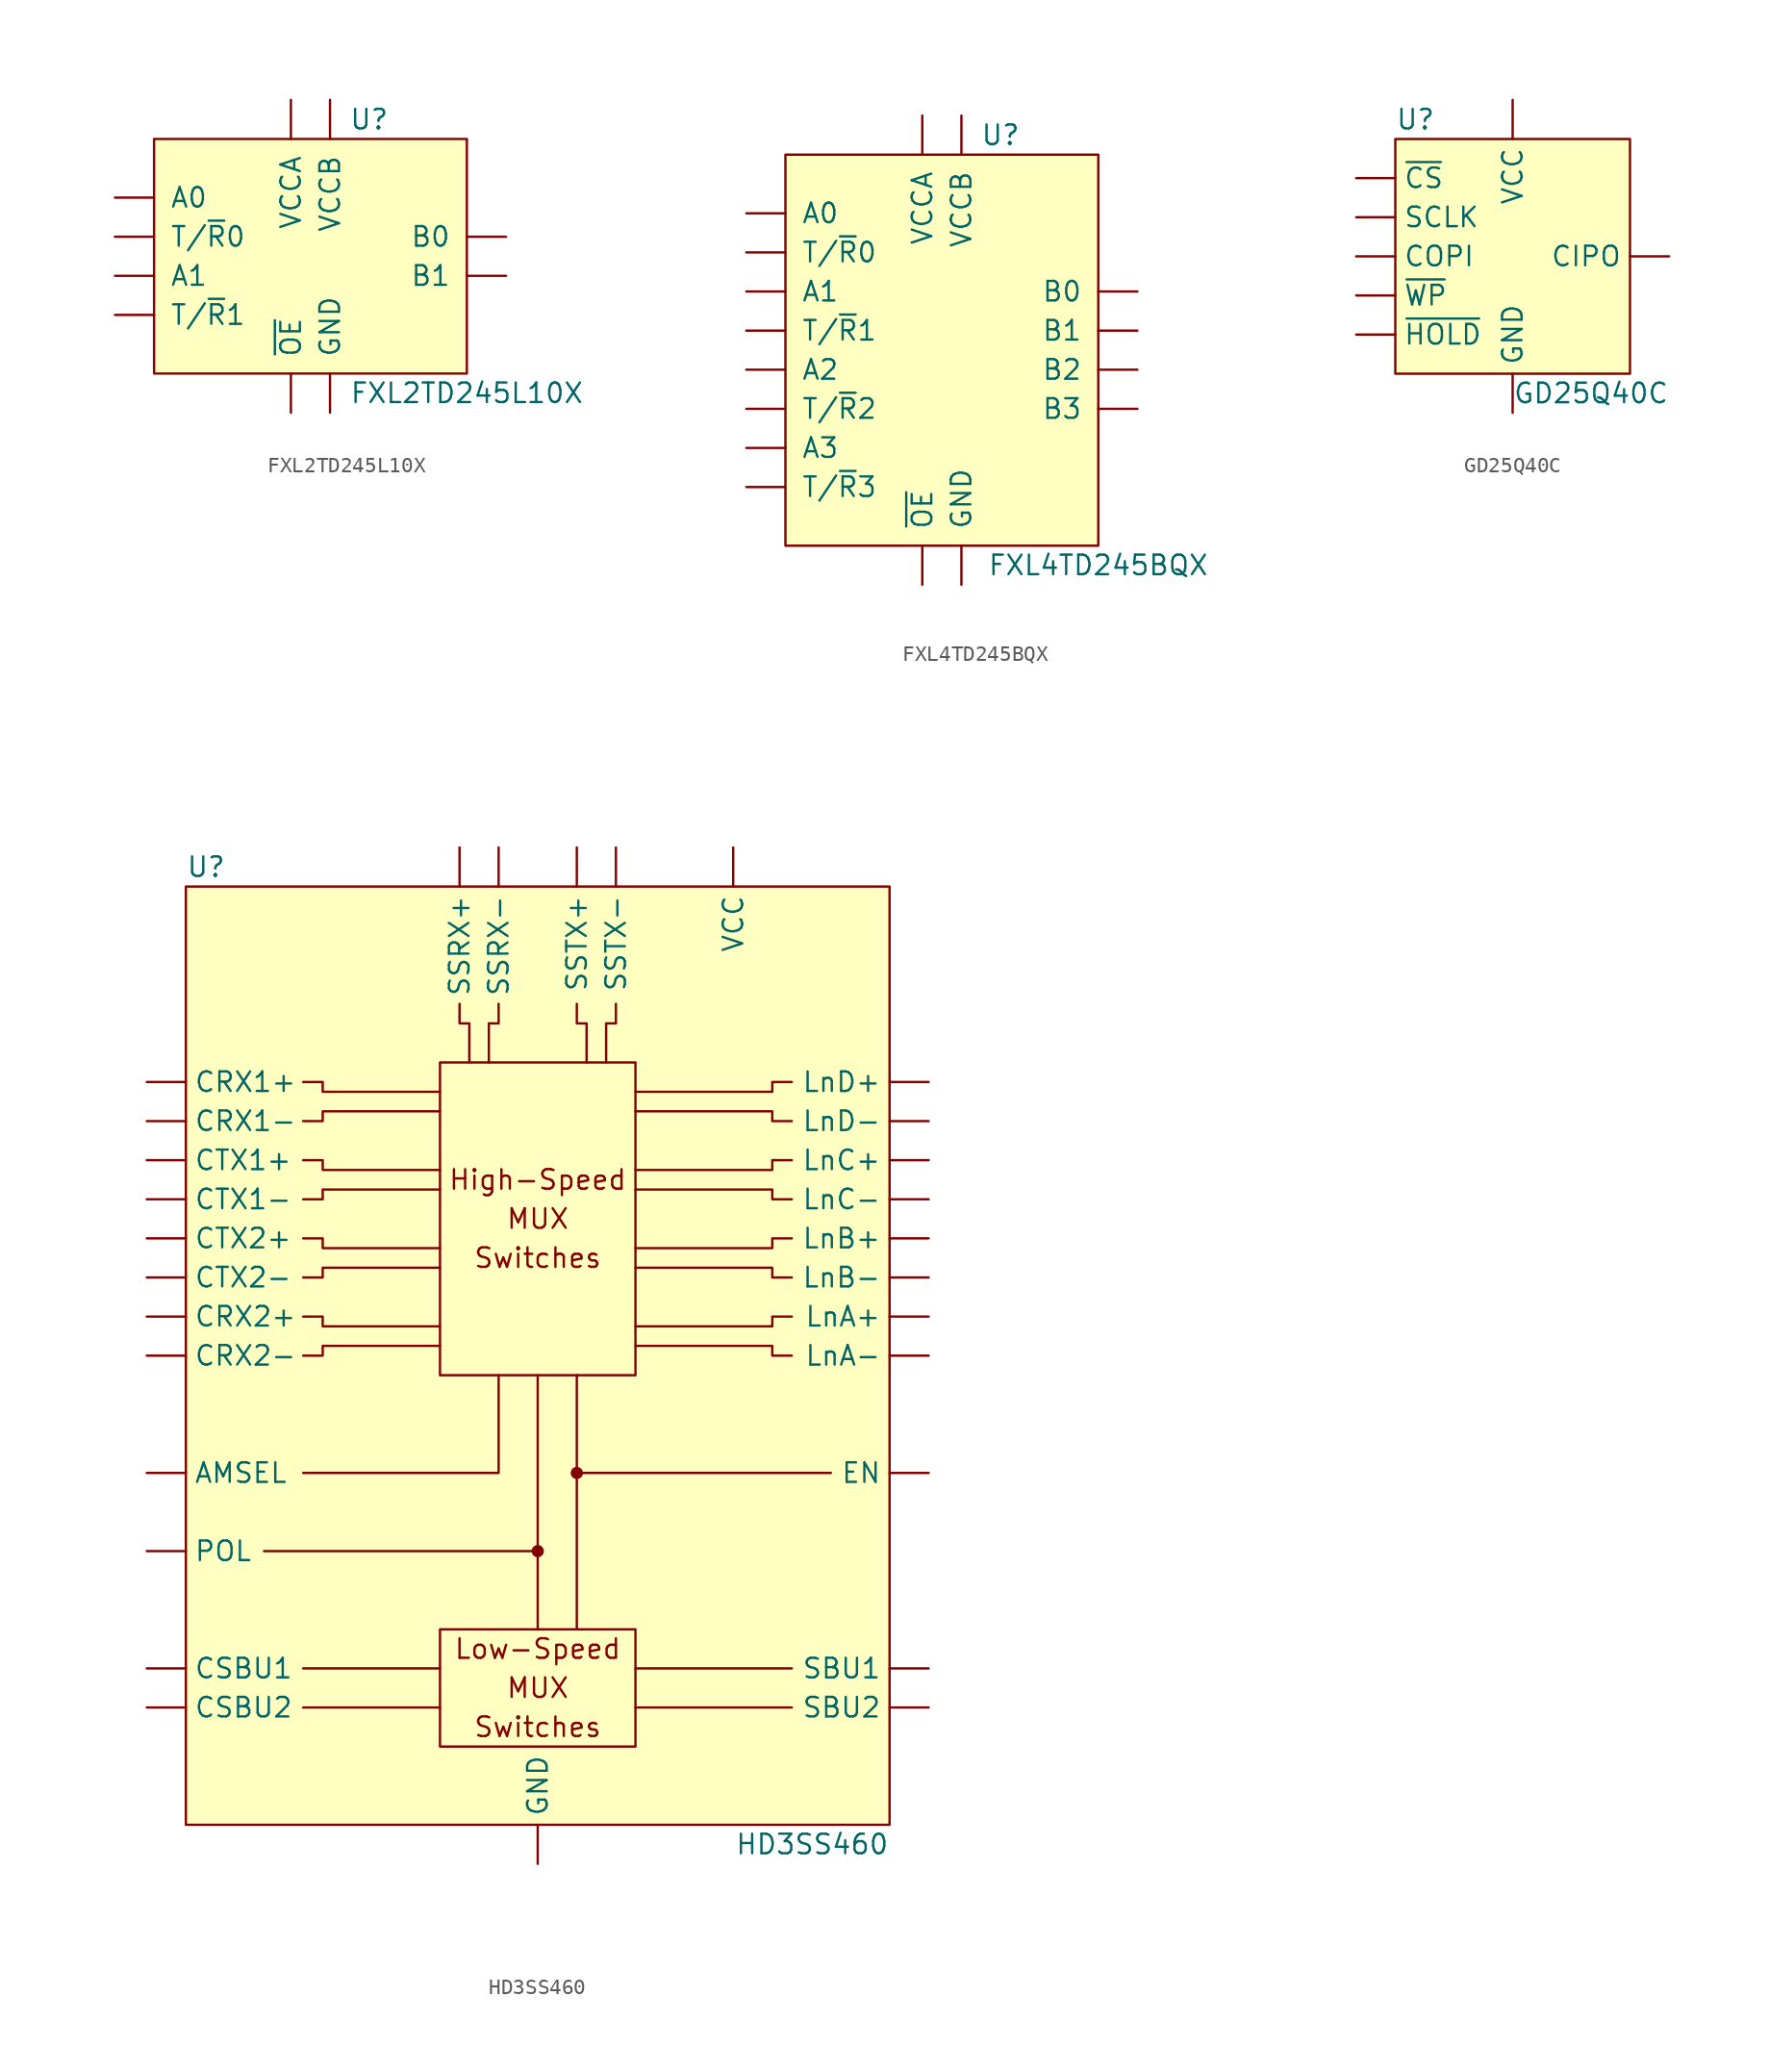
<source format=kicad_sym>
(kicad_symbol_lib
  (version 20211014)
  (generator kicad_symbol_editor)
  (symbol "FXL2TD245L10X"
    (pin_numbers hide)
    (pin_names
      (offset 1.016))
    (property "Reference" "U"
      (at 3.81 8.89 0)
      (effects (font (size 1.27 1.27))))
    (property "Value" "FXL2TD245L10X"
      (at 10.16 -8.89 0)
      (effects (font (size 1.27 1.27))))
    (symbol "FXL2TD245L10X_0_1"
      (rectangle (start -10.16 7.62) (end 10.16 -7.62) (stroke (width 0) (type default) (color 0 0 0 0)) (fill (type background))))
    (symbol "FXL2TD245L10X_1_1"
      (pin power_in line (at -1.27 10.16 270) (length 2.54) (name "VCCA" (effects (font (size 1.27 1.27)))) (number "1" (effects (font (size 1.27 1.27)))))
      (pin power_in line (at 1.27 10.16 270) (length 2.54) (name "VCCB" (effects (font (size 1.27 1.27)))) (number "10" (effects (font (size 1.27 1.27)))))
      (pin bidirectional line (at -12.7 3.81 0) (length 2.54) (name "A0" (effects (font (size 1.27 1.27)))) (number "2" (effects (font (size 1.27 1.27)))))
      (pin bidirectional line (at -12.7 -1.27 0) (length 2.54) (name "A1" (effects (font (size 1.27 1.27)))) (number "3" (effects (font (size 1.27 1.27)))))
      (pin input line (at -12.7 1.27 0) (length 2.54) (name "T/~{R}0" (effects (font (size 1.27 1.27)))) (number "4" (effects (font (size 1.27 1.27)))))
      (pin passive line (at 1.27 -10.16 90) (length 2.54) (name "GND" (effects (font (size 1.27 1.27)))) (number "5" (effects (font (size 1.27 1.27)))))
      (pin input line (at -12.7 -3.81 0) (length 2.54) (name "T/~{R}1" (effects (font (size 1.27 1.27)))) (number "6" (effects (font (size 1.27 1.27)))))
      (pin input line (at -1.27 -10.16 90) (length 2.54) (name "~{OE}" (effects (font (size 1.27 1.27)))) (number "7" (effects (font (size 1.27 1.27)))))
      (pin input line (at 12.7 -1.27 180) (length 2.54) (name "B1" (effects (font (size 1.27 1.27)))) (number "8" (effects (font (size 1.27 1.27)))))
      (pin input line (at 12.7 1.27 180) (length 2.54) (name "B0" (effects (font (size 1.27 1.27)))) (number "9" (effects (font (size 1.27 1.27)))))))
  (symbol "FXL4TD245BQX"
    (pin_numbers hide)
    (pin_names
      (offset 1.016))
    (property "Reference" "U"
      (at 3.81 13.97 0)
      (effects (font (size 1.27 1.27))))
    (property "Value" "FXL4TD245BQX"
      (at 10.16 -13.97 0)
      (effects (font (size 1.27 1.27))))
    (symbol "FXL4TD245BQX_0_1"
      (rectangle (start -10.16 12.7) (end 10.16 -12.7) (stroke (width 0) (type default) (color 0 0 0 0)) (fill (type background))))
    (symbol "FXL4TD245BQX_1_1"
      (pin power_in line (at -1.27 15.24 270) (length 2.54) (name "VCCA" (effects (font (size 1.27 1.27)))) (number "1" (effects (font (size 1.27 1.27)))))
      (pin input line (at -12.7 -3.81 0) (length 2.54) (name "T/~{R}2" (effects (font (size 1.27 1.27)))) (number "10" (effects (font (size 1.27 1.27)))))
      (pin input line (at 12.7 -3.81 180) (length 2.54) (name "B3" (effects (font (size 1.27 1.27)))) (number "11" (effects (font (size 1.27 1.27)))))
      (pin input line (at 12.7 -1.27 180) (length 2.54) (name "B2" (effects (font (size 1.27 1.27)))) (number "12" (effects (font (size 1.27 1.27)))))
      (pin input line (at 12.7 1.27 180) (length 2.54) (name "B1" (effects (font (size 1.27 1.27)))) (number "13" (effects (font (size 1.27 1.27)))))
      (pin input line (at 12.7 3.81 180) (length 2.54) (name "B0" (effects (font (size 1.27 1.27)))) (number "14" (effects (font (size 1.27 1.27)))))
      (pin input line (at -12.7 1.27 0) (length 2.54) (name "T/~{R}1" (effects (font (size 1.27 1.27)))) (number "15" (effects (font (size 1.27 1.27)))))
      (pin power_in line (at 1.27 15.24 270) (length 2.54) (name "VCCB" (effects (font (size 1.27 1.27)))) (number "16" (effects (font (size 1.27 1.27)))))
      (pin input line (at -12.7 6.35 0) (length 2.54) (name "T/~{R}0" (effects (font (size 1.27 1.27)))) (number "2" (effects (font (size 1.27 1.27)))))
      (pin bidirectional line (at -12.7 8.89 0) (length 2.54) (name "A0" (effects (font (size 1.27 1.27)))) (number "3" (effects (font (size 1.27 1.27)))))
      (pin bidirectional line (at -12.7 3.81 0) (length 2.54) (name "A1" (effects (font (size 1.27 1.27)))) (number "4" (effects (font (size 1.27 1.27)))))
      (pin bidirectional line (at -12.7 -1.27 0) (length 2.54) (name "A2" (effects (font (size 1.27 1.27)))) (number "5" (effects (font (size 1.27 1.27)))))
      (pin bidirectional line (at -12.7 -6.35 0) (length 2.54) (name "A3" (effects (font (size 1.27 1.27)))) (number "6" (effects (font (size 1.27 1.27)))))
      (pin input line (at -12.7 -8.89 0) (length 2.54) (name "T/~{R}3" (effects (font (size 1.27 1.27)))) (number "7" (effects (font (size 1.27 1.27)))))
      (pin passive line (at 1.27 -15.24 90) (length 2.54) (name "GND" (effects (font (size 1.27 1.27)))) (number "8" (effects (font (size 1.27 1.27)))))
      (pin input line (at -1.27 -15.24 90) (length 2.54) (name "~{OE}" (effects (font (size 1.27 1.27)))) (number "9" (effects (font (size 1.27 1.27)))))
      (pin passive line (at 1.27 -15.24 90) (length 2.54) hide (name "GND" (effects (font (size 1.27 1.27)))) (number "EP" (effects (font (size 1.27 1.27)))))))
  (symbol "GD25Q40C"
    (pin_numbers hide)
    (property "Reference" "U"
      (at -7.62 8.89 0)
      (effects (font (size 1.27 1.27)) (justify left)))
    (property "Value" "GD25Q40C"
      (at 0 -8.89 0)
      (effects (font (size 1.27 1.27)) (justify left)))
    (symbol "GD25Q40C_0_1"
      (rectangle (start -7.62 7.62) (end 7.62 -7.62) (stroke (width 0.152) (type default) (color 0 0 0 0)) (fill (type background))))
    (symbol "GD25Q40C_1_1"
      (pin input line (at -10.16 5.08 0) (length 2.54) (name "~{CS}" (effects (font (size 1.27 1.27)))) (number "1" (effects (font (size 1.27 1.27)))))
      (pin output line (at 10.16 0 180) (length 2.54) (name "CIPO" (effects (font (size 1.27 1.27)))) (number "2" (effects (font (size 1.27 1.27)))))
      (pin input line (at -10.16 -2.54 0) (length 2.54) (name "~{WP}" (effects (font (size 1.27 1.27)))) (number "3" (effects (font (size 1.27 1.27)))))
      (pin power_in line (at 0 -10.16 90) (length 2.54) (name "GND" (effects (font (size 1.27 1.27)))) (number "4" (effects (font (size 1.27 1.27)))))
      (pin input line (at -10.16 0 0) (length 2.54) (name "COPI" (effects (font (size 1.27 1.27)))) (number "5" (effects (font (size 1.27 1.27)))))
      (pin input line (at -10.16 2.54 0) (length 2.54) (name "SCLK" (effects (font (size 1.27 1.27)))) (number "6" (effects (font (size 1.27 1.27)))))
      (pin input line (at -10.16 -5.08 0) (length 2.54) (name "~{HOLD}" (effects (font (size 1.27 1.27)))) (number "7" (effects (font (size 1.27 1.27)))))
      (pin power_in line (at 0 10.16 270) (length 2.54) (name "VCC" (effects (font (size 1.27 1.27)))) (number "8" (effects (font (size 1.27 1.27)))))
      (pin power_in line (at 0 -10.16 90) (length 2.54) hide (name "GND" (effects (font (size 1.27 1.27)))) (number "9" (effects (font (size 1.27 1.27)))))))
  (symbol "HD3SS460"
    (pin_numbers hide)
    (property "Reference" "U"
      (at -22.86 31.75 0)
      (effects (font (size 1.27 1.27)) (justify left)))
    (property "Value" "HD3SS460"
      (at 22.86 -31.75 0)
      (effects (font (size 1.27 1.27)) (justify right)))
    (symbol "HD3SS460_0_0"
      (rectangle (start -22.86 30.48) (end 22.86 -30.48) (stroke (width 0.152) (type default) (color 0 0 0 0)) (fill (type background)))
      (rectangle (start -6.35 -17.78) (end 6.35 -25.4) (stroke (width 0.152) (type default) (color 0 0 0 0)) (fill (type none)))
      (rectangle (start -6.35 19.05) (end 6.35 -1.27) (stroke (width 0.152) (type default) (color 0 0 0 0)) (fill (type none)))
      (circle (center 0 -12.7) (radius 0.0001) (stroke (width 0.4) (type default) (color 0 0 0 0)) (fill (type none)))
      (polyline (pts (xy -15.24 -22.86) (xy -6.35 -22.86)) (stroke (width 0.152) (type default) (color 0 0 0 0)) (fill (type none)))
      (polyline (pts (xy -15.24 -20.32) (xy -6.35 -20.32)) (stroke (width 0.152) (type default) (color 0 0 0 0)) (fill (type none)))
      (polyline (pts (xy 0 -12.7) (xy 0 -17.78)) (stroke (width 0.152) (type default) (color 0 0 0 0)) (fill (type none)))
      (polyline (pts (xy 2.54 -7.62) (xy 2.54 -17.78)) (stroke (width 0.152) (type default) (color 0 0 0 0)) (fill (type none)))
      (polyline (pts (xy 6.35 -20.32) (xy 16.51 -20.32)) (stroke (width 0.152) (type default) (color 0 0 0 0)) (fill (type none)))
      (polyline (pts (xy 16.51 -22.86) (xy 6.35 -22.86)) (stroke (width 0.152) (type default) (color 0 0 0 0)) (fill (type none)))
      (polyline (pts (xy -15.24 -7.62) (xy -2.54 -7.62) (xy -2.54 -1.27)) (stroke (width 0.152) (type default) (color 0 0 0 0)) (fill (type none)))
      (polyline (pts (xy 0 -1.27) (xy 0 -12.7) (xy -17.78 -12.7)) (stroke (width 0.152) (type default) (color 0 0 0 0)) (fill (type none)))
      (polyline (pts (xy 2.54 -1.27) (xy 2.54 -7.62) (xy 19.05 -7.62)) (stroke (width 0.152) (type default) (color 0 0 0 0)) (fill (type none)))
      (polyline (pts (xy -15.24 0) (xy -13.97 0) (xy -13.97 0.635) (xy -6.35 0.635)) (stroke (width 0.152) (type default) (color 0 0 0 0)) (fill (type none)))
      (polyline (pts (xy -15.24 2.54) (xy -13.97 2.54) (xy -13.97 1.905) (xy -6.35 1.905)) (stroke (width 0.152) (type default) (color 0 0 0 0)) (fill (type none)))
      (polyline (pts (xy -15.24 5.08) (xy -13.97 5.08) (xy -13.97 5.715) (xy -6.35 5.715)) (stroke (width 0.152) (type default) (color 0 0 0 0)) (fill (type none)))
      (polyline (pts (xy -15.24 7.62) (xy -13.97 7.62) (xy -13.97 6.985) (xy -6.35 6.985)) (stroke (width 0.152) (type default) (color 0 0 0 0)) (fill (type none)))
      (polyline (pts (xy -15.24 10.16) (xy -13.97 10.16) (xy -13.97 10.795) (xy -6.35 10.795)) (stroke (width 0.152) (type default) (color 0 0 0 0)) (fill (type none)))
      (polyline (pts (xy -15.24 12.7) (xy -13.97 12.7) (xy -13.97 12.065) (xy -6.35 12.065)) (stroke (width 0.152) (type default) (color 0 0 0 0)) (fill (type none)))
      (polyline (pts (xy -15.24 15.24) (xy -13.97 15.24) (xy -13.97 15.875) (xy -6.35 15.875)) (stroke (width 0.152) (type default) (color 0 0 0 0)) (fill (type none)))
      (polyline (pts (xy -15.24 17.78) (xy -13.97 17.78) (xy -13.97 17.145) (xy -6.35 17.145)) (stroke (width 0.152) (type default) (color 0 0 0 0)) (fill (type none)))
      (polyline (pts (xy -5.08 22.86) (xy -5.08 21.59) (xy -4.445 21.59) (xy -4.445 19.05)) (stroke (width 0.152) (type default) (color 0 0 0 0)) (fill (type none)))
      (polyline (pts (xy -2.54 22.86) (xy -2.54 21.59) (xy -3.175 21.59) (xy -3.175 19.05)) (stroke (width 0.152) (type default) (color 0 0 0 0)) (fill (type none)))
      (polyline (pts (xy 2.54 22.86) (xy 2.54 21.59) (xy 3.175 21.59) (xy 3.175 19.05)) (stroke (width 0.152) (type default) (color 0 0 0 0)) (fill (type none)))
      (polyline (pts (xy 5.08 22.86) (xy 5.08 21.59) (xy 4.445 21.59) (xy 4.445 19.05)) (stroke (width 0.152) (type default) (color 0 0 0 0)) (fill (type none)))
      (polyline (pts (xy 16.51 0) (xy 15.24 0) (xy 15.24 0.635) (xy 6.35 0.635)) (stroke (width 0.152) (type default) (color 0 0 0 0)) (fill (type none)))
      (polyline (pts (xy 16.51 2.54) (xy 15.24 2.54) (xy 15.24 1.905) (xy 6.35 1.905)) (stroke (width 0.152) (type default) (color 0 0 0 0)) (fill (type none)))
      (polyline (pts (xy 16.51 5.08) (xy 15.24 5.08) (xy 15.24 5.715) (xy 6.35 5.715)) (stroke (width 0.152) (type default) (color 0 0 0 0)) (fill (type none)))
      (polyline (pts (xy 16.51 7.62) (xy 15.24 7.62) (xy 15.24 6.985) (xy 6.35 6.985)) (stroke (width 0.152) (type default) (color 0 0 0 0)) (fill (type none)))
      (polyline (pts (xy 16.51 10.16) (xy 15.24 10.16) (xy 15.24 10.795) (xy 6.35 10.795)) (stroke (width 0.152) (type default) (color 0 0 0 0)) (fill (type none)))
      (polyline (pts (xy 16.51 12.7) (xy 15.24 12.7) (xy 15.24 12.065) (xy 6.35 12.065)) (stroke (width 0.152) (type default) (color 0 0 0 0)) (fill (type none)))
      (polyline (pts (xy 16.51 15.24) (xy 15.24 15.24) (xy 15.24 15.875) (xy 6.35 15.875)) (stroke (width 0.152) (type default) (color 0 0 0 0)) (fill (type none)))
      (polyline (pts (xy 16.51 17.78) (xy 15.24 17.78) (xy 15.24 17.145) (xy 6.35 17.145)) (stroke (width 0.152) (type default) (color 0 0 0 0)) (fill (type none)))
      (circle (center 2.54 -7.62) (radius 0.0001) (stroke (width 0.4) (type default) (color 0 0 0 0)) (fill (type none)))
      (text "High-Speed" (at 0 11.43 0) (effects (font (size 1.27 1.27))))
      (text "Low-Speed" (at 0 -19.05 0) (effects (font (size 1.27 1.27))))
      (text "MUX" (at 0 -21.59 0) (effects (font (size 1.27 1.27))))
      (text "MUX" (at 0 8.89 0) (effects (font (size 1.27 1.27))))
      (text "Switches" (at 0 -24.13 0) (effects (font (size 1.27 1.27))))
      (text "Switches" (at 0 6.35 0) (effects (font (size 1.27 1.27)))))
    (symbol "HD3SS460_1_1"
      (pin input line (at -25.4 17.78 0) (length 2.54) (name "CRX1+" (effects (font (size 1.27 1.27)))) (number "1" (effects (font (size 1.27 1.27)))))
      (pin output line (at -25.4 0 0) (length 2.54) (name "CRX2-" (effects (font (size 1.27 1.27)))) (number "10" (effects (font (size 1.27 1.27)))))
      (pin bidirectional line (at -25.4 -20.32 0) (length 2.54) (name "CSBU1" (effects (font (size 1.27 1.27)))) (number "11" (effects (font (size 1.27 1.27)))))
      (pin bidirectional line (at -25.4 -22.86 0) (length 2.54) (name "CSBU2" (effects (font (size 1.27 1.27)))) (number "12" (effects (font (size 1.27 1.27)))))
      (pin bidirectional line (at 25.4 -20.32 180) (length 2.54) (name "SBU1" (effects (font (size 1.27 1.27)))) (number "13" (effects (font (size 1.27 1.27)))))
      (pin bidirectional line (at 25.4 -22.86 180) (length 2.54) (name "SBU2" (effects (font (size 1.27 1.27)))) (number "14" (effects (font (size 1.27 1.27)))))
      (pin passive line (at 25.4 0 180) (length 2.54) (name "LnA-" (effects (font (size 1.27 1.27)))) (number "15" (effects (font (size 1.27 1.27)))))
      (pin passive line (at 25.4 2.54 180) (length 2.54) (name "LnA+" (effects (font (size 1.27 1.27)))) (number "16" (effects (font (size 1.27 1.27)))))
      (pin input line (at 25.4 -7.62 180) (length 2.54) (name "EN" (effects (font (size 1.27 1.27)))) (number "17" (effects (font (size 1.27 1.27)))))
      (pin passive line (at 25.4 5.08 180) (length 2.54) (name "LnB-" (effects (font (size 1.27 1.27)))) (number "18" (effects (font (size 1.27 1.27)))))
      (pin passive line (at 25.4 7.62 180) (length 2.54) (name "LnB+" (effects (font (size 1.27 1.27)))) (number "19" (effects (font (size 1.27 1.27)))))
      (pin input line (at -25.4 15.24 0) (length 2.54) (name "CRX1-" (effects (font (size 1.27 1.27)))) (number "2" (effects (font (size 1.27 1.27)))))
      (pin passive line (at 25.4 10.16 180) (length 2.54) (name "LnC-" (effects (font (size 1.27 1.27)))) (number "20" (effects (font (size 1.27 1.27)))))
      (pin passive line (at 25.4 12.7 180) (length 2.54) (name "LnC+" (effects (font (size 1.27 1.27)))) (number "21" (effects (font (size 1.27 1.27)))))
      (pin power_in line (at 12.7 33.02 270) (length 2.54) (name "VCC" (effects (font (size 1.27 1.27)))) (number "22" (effects (font (size 1.27 1.27)))))
      (pin passive line (at 25.4 15.24 180) (length 2.54) (name "LnD-" (effects (font (size 1.27 1.27)))) (number "23" (effects (font (size 1.27 1.27)))))
      (pin passive line (at 25.4 17.78 180) (length 2.54) (name "LnD+" (effects (font (size 1.27 1.27)))) (number "24" (effects (font (size 1.27 1.27)))))
      (pin input line (at 5.08 33.02 270) (length 2.54) (name "SSTX-" (effects (font (size 1.27 1.27)))) (number "25" (effects (font (size 1.27 1.27)))))
      (pin input line (at 2.54 33.02 270) (length 2.54) (name "SSTX+" (effects (font (size 1.27 1.27)))) (number "26" (effects (font (size 1.27 1.27)))))
      (pin output line (at -2.54 33.02 270) (length 2.54) (name "SSRX-" (effects (font (size 1.27 1.27)))) (number "27" (effects (font (size 1.27 1.27)))))
      (pin output line (at -5.08 33.02 270) (length 2.54) (name "SSRX+" (effects (font (size 1.27 1.27)))) (number "28" (effects (font (size 1.27 1.27)))))
      (pin power_in line (at 0 -33.02 90) (length 2.54) (name "GND" (effects (font (size 1.27 1.27)))) (number "29" (effects (font (size 1.27 1.27)))))
      (pin input line (at -25.4 -12.7 0) (length 2.54) (name "POL" (effects (font (size 1.27 1.27)))) (number "3" (effects (font (size 1.27 1.27)))))
      (pin output line (at -25.4 12.7 0) (length 2.54) (name "CTX1+" (effects (font (size 1.27 1.27)))) (number "4" (effects (font (size 1.27 1.27)))))
      (pin output line (at -25.4 10.16 0) (length 2.54) (name "CTX1-" (effects (font (size 1.27 1.27)))) (number "5" (effects (font (size 1.27 1.27)))))
      (pin output line (at -25.4 7.62 0) (length 2.54) (name "CTX2+" (effects (font (size 1.27 1.27)))) (number "6" (effects (font (size 1.27 1.27)))))
      (pin output line (at -25.4 5.08 0) (length 2.54) (name "CTX2-" (effects (font (size 1.27 1.27)))) (number "7" (effects (font (size 1.27 1.27)))))
      (pin input line (at -25.4 -7.62 0) (length 2.54) (name "AMSEL" (effects (font (size 1.27 1.27)))) (number "8" (effects (font (size 1.27 1.27)))))
      (pin output line (at -25.4 2.54 0) (length 2.54) (name "CRX2+" (effects (font (size 1.27 1.27)))) (number "9" (effects (font (size 1.27 1.27))))))))
</source>
